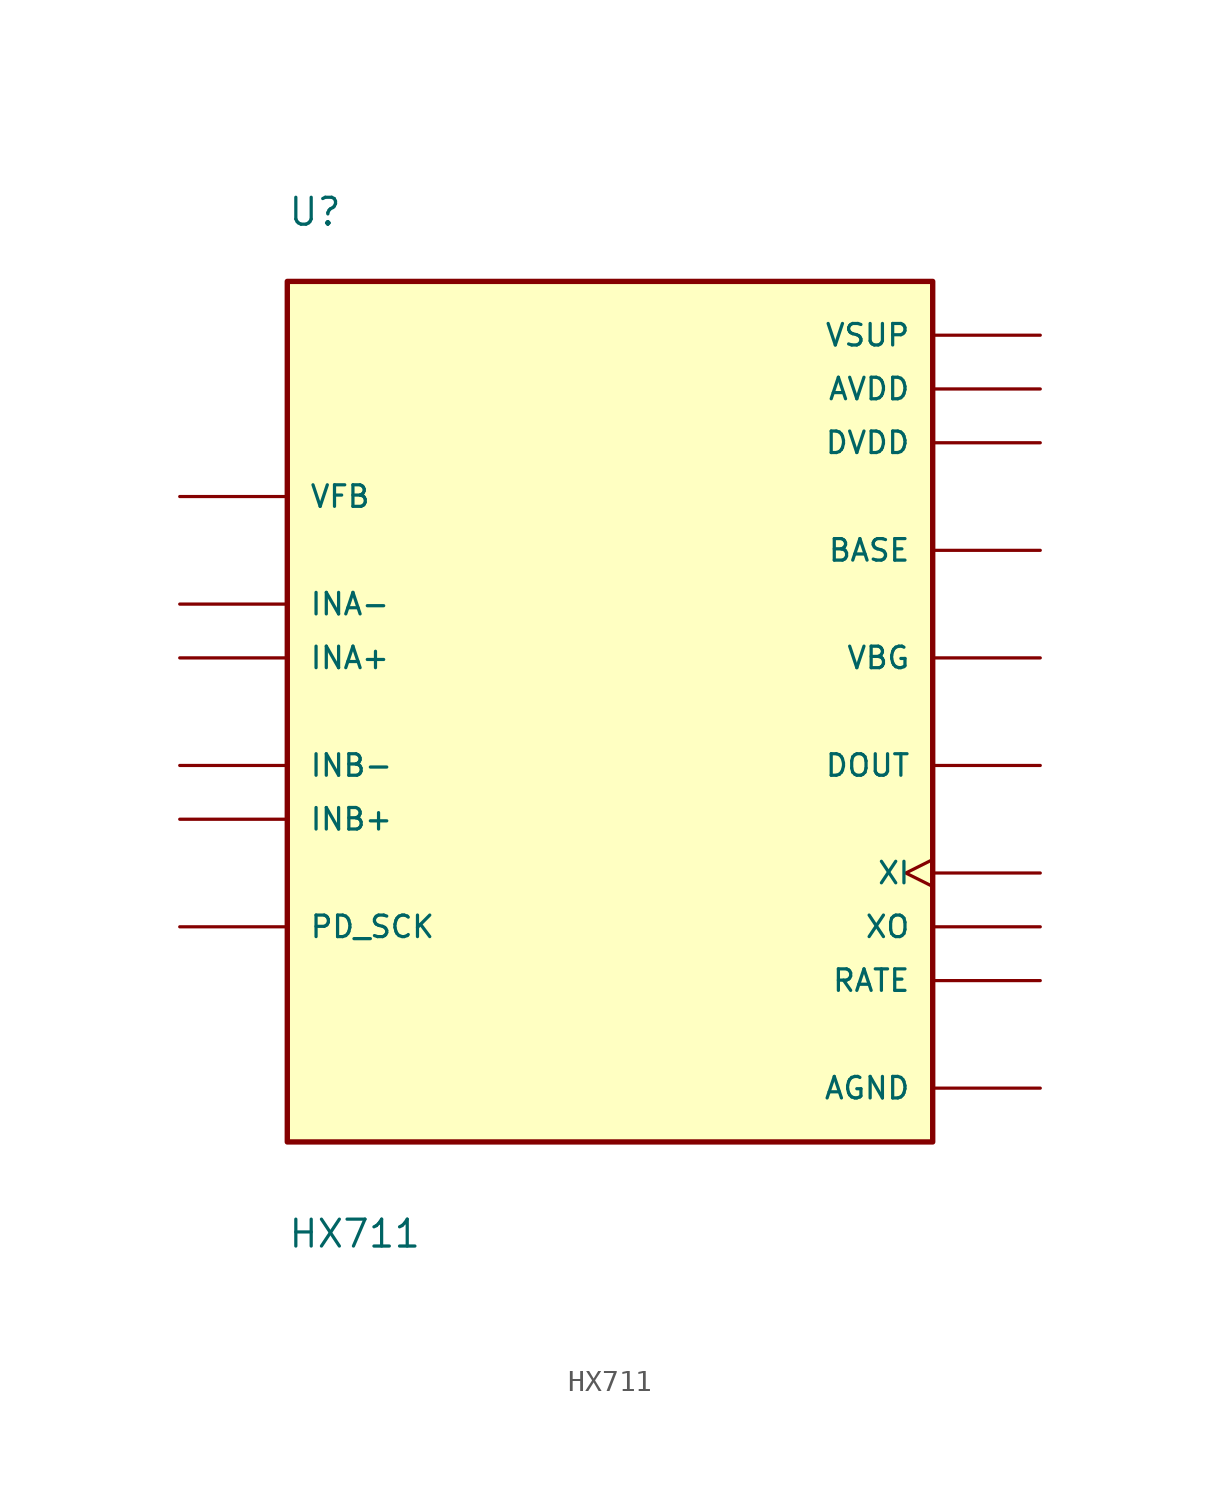
<source format=kicad_sym>
(kicad_symbol_lib
  (version 20211014)
  (generator kicad_symbol_editor)
  (symbol "HX711"
    (pin_numbers hide)
    (pin_names
      (offset 1.016))
    (property "Reference" "U"
      (at -15.24 22.86 0)
      (effects (font (size 1.27 1.27)) (justify left bottom)))
    (property "Value" "HX711"
      (at -15.24 -25.4 0)
      (effects (font (size 1.27 1.27)) (justify left bottom)))
    (property "ki_locked" ""
      (at 0 0 0)
      (effects (font (size 1.27 1.27))))
    (symbol "HX711_0_0"
      (rectangle (start -15.24 -20.32) (end 15.24 20.32) (stroke (width 0.254) (type default) (color 0 0 0 0)) (fill (type background)))
      (pin power_in line (at 20.32 17.78 180) (length 5.08) (name "VSUP" (effects (font (size 1.016 1.016)))) (number "1" (effects (font (size 1.016 1.016)))))
      (pin input line (at -20.32 -5.08 0) (length 5.08) (name "INB+" (effects (font (size 1.016 1.016)))) (number "10" (effects (font (size 1.016 1.016)))))
      (pin input line (at -20.32 -10.16 0) (length 5.08) (name "PD_SCK" (effects (font (size 1.016 1.016)))) (number "11" (effects (font (size 1.016 1.016)))))
      (pin output line (at 20.32 -2.54 180) (length 5.08) (name "DOUT" (effects (font (size 1.016 1.016)))) (number "12" (effects (font (size 1.016 1.016)))))
      (pin output line (at 20.32 -10.16 180) (length 5.08) (name "XO" (effects (font (size 1.016 1.016)))) (number "13" (effects (font (size 1.016 1.016)))))
      (pin input clock (at 20.32 -7.62 180) (length 5.08) (name "XI" (effects (font (size 1.016 1.016)))) (number "14" (effects (font (size 1.016 1.016)))))
      (pin input line (at 20.32 -12.7 180) (length 5.08) (name "RATE" (effects (font (size 1.016 1.016)))) (number "15" (effects (font (size 1.016 1.016)))))
      (pin power_in line (at 20.32 12.7 180) (length 5.08) (name "DVDD" (effects (font (size 1.016 1.016)))) (number "16" (effects (font (size 1.016 1.016)))))
      (pin output line (at 20.32 7.62 180) (length 5.08) (name "BASE" (effects (font (size 1.016 1.016)))) (number "2" (effects (font (size 1.016 1.016)))))
      (pin power_in line (at 20.32 15.24 180) (length 5.08) (name "AVDD" (effects (font (size 1.016 1.016)))) (number "3" (effects (font (size 1.016 1.016)))))
      (pin input line (at -20.32 10.16 0) (length 5.08) (name "VFB" (effects (font (size 1.016 1.016)))) (number "4" (effects (font (size 1.016 1.016)))))
      (pin power_in line (at 20.32 -17.78 180) (length 5.08) (name "AGND" (effects (font (size 1.016 1.016)))) (number "5" (effects (font (size 1.016 1.016)))))
      (pin output line (at 20.32 2.54 180) (length 5.08) (name "VBG" (effects (font (size 1.016 1.016)))) (number "6" (effects (font (size 1.016 1.016)))))
      (pin input line (at -20.32 5.08 0) (length 5.08) (name "INA-" (effects (font (size 1.016 1.016)))) (number "7" (effects (font (size 1.016 1.016)))))
      (pin input line (at -20.32 2.54 0) (length 5.08) (name "INA+" (effects (font (size 1.016 1.016)))) (number "8" (effects (font (size 1.016 1.016)))))
      (pin input line (at -20.32 -2.54 0) (length 5.08) (name "INB-" (effects (font (size 1.016 1.016)))) (number "9" (effects (font (size 1.016 1.016))))))))
</source>
